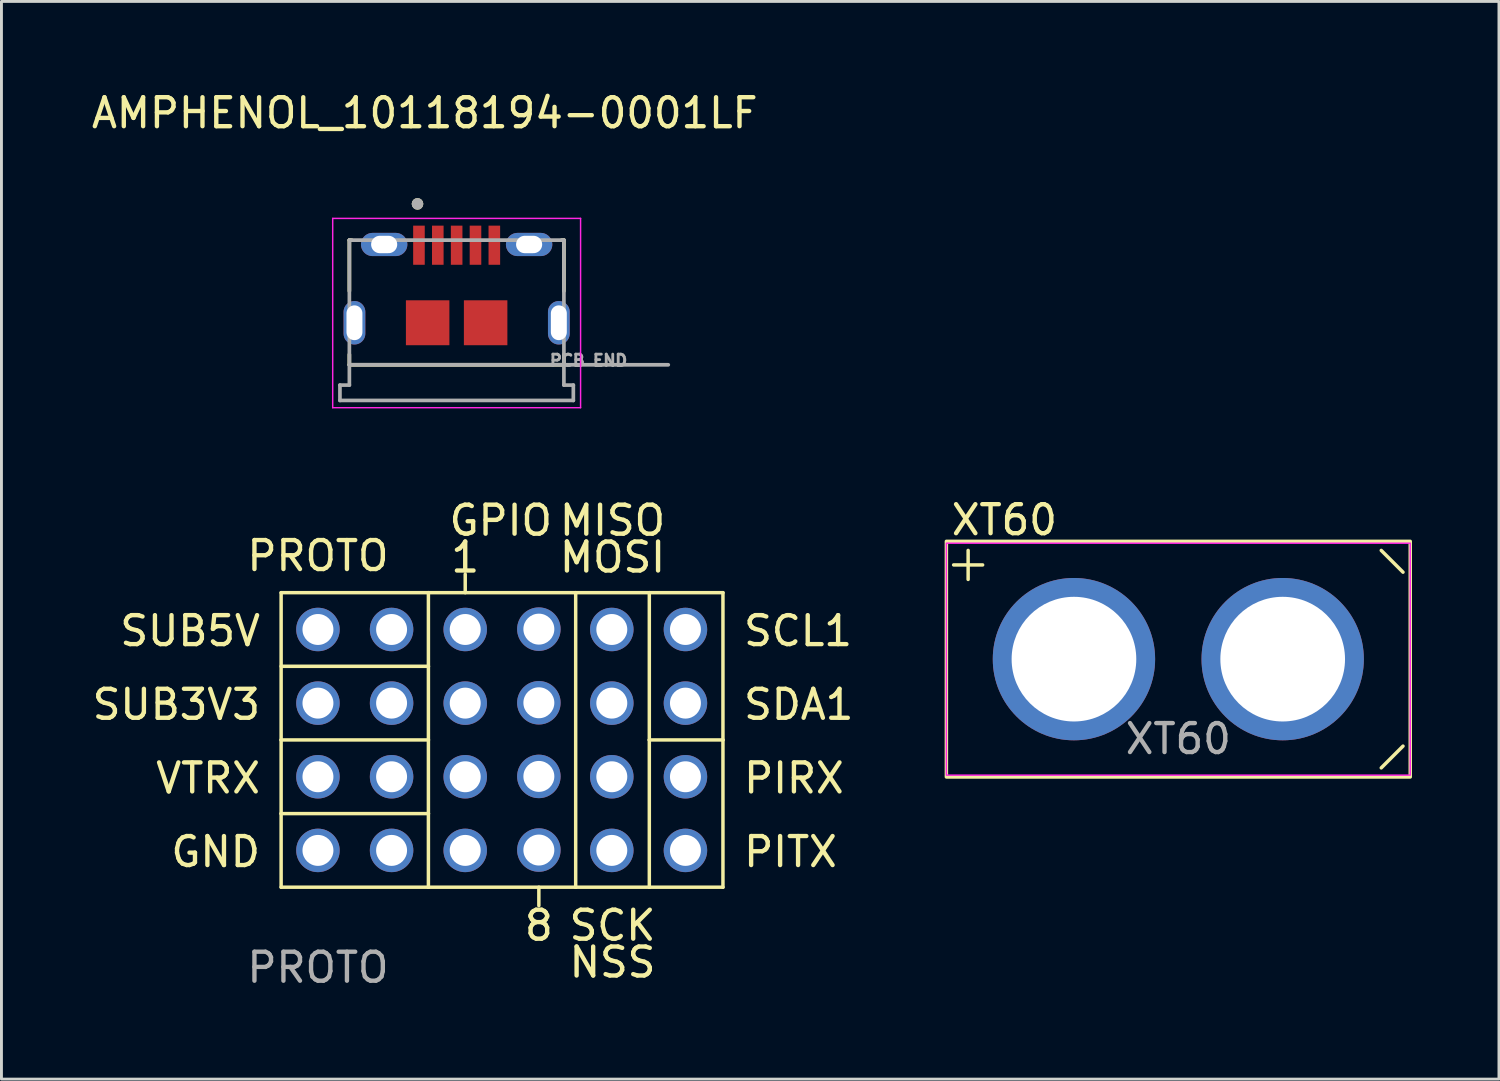
<source format=kicad_pcb>
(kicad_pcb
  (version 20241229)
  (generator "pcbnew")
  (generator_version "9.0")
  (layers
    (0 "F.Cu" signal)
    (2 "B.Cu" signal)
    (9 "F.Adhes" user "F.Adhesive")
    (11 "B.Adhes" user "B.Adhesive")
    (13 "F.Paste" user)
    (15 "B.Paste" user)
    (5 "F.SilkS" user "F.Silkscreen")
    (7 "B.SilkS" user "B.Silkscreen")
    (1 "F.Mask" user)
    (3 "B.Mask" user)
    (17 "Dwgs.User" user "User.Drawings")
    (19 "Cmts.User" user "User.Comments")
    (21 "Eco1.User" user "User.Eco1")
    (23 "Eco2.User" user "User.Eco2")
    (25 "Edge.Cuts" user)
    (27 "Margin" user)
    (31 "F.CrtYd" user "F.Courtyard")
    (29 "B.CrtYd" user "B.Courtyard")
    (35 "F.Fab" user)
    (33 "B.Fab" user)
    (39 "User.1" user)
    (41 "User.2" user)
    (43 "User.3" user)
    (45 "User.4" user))
  (footprint "XT60"
    (layer "F.Cu")
    (at 37.594 19.686)
    (property "Reference" "XT60" (at -6 -4.8 0) (unlocked yes) (layer "F.SilkS") (effects (font (size 1 1) (thickness 0.15))))
    (attr through_hole)
    (fp_line (start -7.75 -3.25) (end -6.75 -3.25) (stroke (width 0.12) (type default)) (layer "F.SilkS"))
    (fp_line (start -7.25 -3.75) (end -7.25 -2.75) (stroke (width 0.12) (type default)) (layer "F.SilkS"))
    (fp_line (start 7 -3.75) (end 7.75 -3) (stroke (width 0.12) (type default)) (layer "F.SilkS"))
    (fp_line (start 7.75 3) (end 7 3.75) (stroke (width 0.12) (type default)) (layer "F.SilkS"))
    (fp_rect (start -8 -4.064) (end 8 4.064) (stroke (width 0.12) (type default)) (fill no) (layer "F.SilkS"))
    (fp_rect (start -8 -4) (end 8 4) (stroke (width 0.05) (type default)) (fill no) (layer "F.CrtYd"))
    (fp_text user "${REFERENCE}" (at 0 2.75 0) (unlocked yes) (layer "F.Fab") (effects (font (size 1 1) (thickness 0.15))))
    (pad "1" thru_hole circle (at -3.6 0) (size 5.6 5.6) (drill 4.3) (layers "*.Cu" "*.Mask"))
    (pad "2" thru_hole circle (at 3.6 0) (size 5.6 5.6) (drill 4.3) (layers "*.Cu" "*.Mask")))
  (footprint "AMPHENOL_10118194-0001LF"
    (layer "F.Cu")
    (at 12.701 8.083)
    (property "Reference" "AMPHENOL_10118194-0001LF" (at -1.1 -7.235 0) (layer "F.SilkS") (effects (font (size 1 1) (thickness 0.15))))
    (attr smd)
    (fp_line (start -3.7 -2.85) (end -3.7 -1.095) (stroke (width 0.127) (type solid)) (layer "F.SilkS"))
    (fp_line (start -3.7 -2.85) (end -3.62 -2.85) (stroke (width 0.127) (type solid)) (layer "F.SilkS"))
    (fp_line (start -3.7 1.45) (end -3.7 1.095) (stroke (width 0.127) (type solid)) (layer "F.SilkS"))
    (fp_line (start -3.7 1.45) (end 3.7 1.45) (stroke (width 0.127) (type solid)) (layer "F.SilkS"))
    (fp_line (start 3.62 -2.85) (end 3.7 -2.85) (stroke (width 0.127) (type solid)) (layer "F.SilkS"))
    (fp_line (start 3.7 -1.095) (end 3.7 -2.85) (stroke (width 0.127) (type solid)) (layer "F.SilkS"))
    (fp_line (start 3.7 1.45) (end 3.7 1.095) (stroke (width 0.127) (type solid)) (layer "F.SilkS"))
    (fp_circle (center -1.35 -4.1) (end -1.25 -4.1) (stroke (width 0.2) (type solid)) (fill no) (layer "F.SilkS"))
    (fp_line (start -4.275 -3.6) (end -4.275 2.93) (stroke (width 0.05) (type solid)) (layer "F.CrtYd"))
    (fp_line (start -4.275 2.93) (end 4.275 2.93) (stroke (width 0.05) (type solid)) (layer "F.CrtYd"))
    (fp_line (start 4.275 -3.6) (end -4.275 -3.6) (stroke (width 0.05) (type solid)) (layer "F.CrtYd"))
    (fp_line (start 4.275 2.93) (end 4.275 -3.6) (stroke (width 0.05) (type solid)) (layer "F.CrtYd"))
    (fp_line (start -4.025 2.15) (end -4.025 2.68) (stroke (width 0.127) (type solid)) (layer "F.Fab"))
    (fp_line (start -4.025 2.68) (end 4.025 2.68) (stroke (width 0.127) (type solid)) (layer "F.Fab"))
    (fp_line (start -3.7 -2.85) (end -3.7 1.45) (stroke (width 0.127) (type solid)) (layer "F.Fab"))
    (fp_line (start -3.7 -2.85) (end 3.7 -2.85) (stroke (width 0.127) (type solid)) (layer "F.Fab"))
    (fp_line (start -3.7 1.45) (end -3.7 2.15) (stroke (width 0.127) (type solid)) (layer "F.Fab"))
    (fp_line (start -3.7 1.45) (end 3.7 1.45) (stroke (width 0.127) (type solid)) (layer "F.Fab"))
    (fp_line (start -3.7 2.15) (end -4.025 2.15) (stroke (width 0.127) (type solid)) (layer "F.Fab"))
    (fp_line (start 3.7 1.45) (end 3.7 -2.85) (stroke (width 0.127) (type solid)) (layer "F.Fab"))
    (fp_line (start 3.7 1.45) (end 7.3 1.45) (stroke (width 0.127) (type solid)) (layer "F.Fab"))
    (fp_line (start 3.7 2.15) (end 3.7 1.45) (stroke (width 0.127) (type solid)) (layer "F.Fab"))
    (fp_line (start 4.025 2.15) (end 3.7 2.15) (stroke (width 0.127) (type solid)) (layer "F.Fab"))
    (fp_line (start 4.025 2.68) (end 4.025 2.15) (stroke (width 0.127) (type solid)) (layer "F.Fab"))
    (fp_circle (center -1.35 -4.1) (end -1.25 -4.1) (stroke (width 0.2) (type solid)) (fill no) (layer "F.Fab"))
    (fp_text user "PCB END" (at 4.55 1.3 0) (layer "F.Fab") (effects (font (size 0.394 0.394) (thickness 0.15))))
    (pad "1" smd rect (at -1.3 -2.675) (size 0.4 1.35) (layers "F.Cu" "F.Mask" "F.Paste"))
    (pad "2" smd rect (at -0.65 -2.675) (size 0.4 1.35) (layers "F.Cu" "F.Mask" "F.Paste"))
    (pad "3" smd rect (at 0 -2.675) (size 0.4 1.35) (layers "F.Cu" "F.Mask" "F.Paste"))
    (pad "4" smd rect (at 0.65 -2.675) (size 0.4 1.35) (layers "F.Cu" "F.Mask" "F.Paste"))
    (pad "5" smd rect (at 1.3 -2.675) (size 0.4 1.35) (layers "F.Cu" "F.Mask" "F.Paste"))
    (pad "S1" thru_hole oval (at -2.5 -2.7) (size 1.6 0.8) (drill oval 0.9 0.6) (layers "*.Cu" "*.Mask"))
    (pad "S2" thru_hole oval (at 2.5 -2.7) (size 1.6 0.8) (drill oval 0.9 0.6) (layers "*.Cu" "*.Mask"))
    (pad "S3" thru_hole oval (at -3.525 0) (size 0.75 1.5) (drill oval 0.55 1.2) (layers "*.Cu" "*.Mask"))
    (pad "S4" smd rect (at -1 0) (size 1.5 1.55) (layers "F.Cu" "F.Mask" "F.Paste"))
    (pad "S5" smd rect (at 1 0) (size 1.5 1.55) (layers "F.Cu" "F.Mask" "F.Paste"))
    (pad "S6" thru_hole oval (at 3.525 0) (size 0.75 1.5) (drill oval 0.55 1.2) (layers "*.Cu" "*.Mask")))
  (footprint "PROTO"
    (layer "F.Cu")
    (at 12.997 23.743)
    (property "Reference" "PROTO" (at -5.08 -7.62 0) (unlocked yes) (layer "F.SilkS") (effects (font (size 1 1) (thickness 0.15))))
    (attr through_hole)
    (fp_line (start -6.35 -6.35) (end -6.35 -1.27) (stroke (width 0.12) (type default)) (layer "F.SilkS"))
    (fp_line (start -6.35 -3.81) (end -1.27 -3.81) (stroke (width 0.12) (type default)) (layer "F.SilkS"))
    (fp_line (start -6.35 -1.27) (end -6.35 1.27) (stroke (width 0.12) (type default)) (layer "F.SilkS"))
    (fp_line (start -6.35 -1.27) (end -1.27 -1.27) (stroke (width 0.12) (type default)) (layer "F.SilkS"))
    (fp_line (start -6.35 1.27) (end -6.35 3.81) (stroke (width 0.12) (type default)) (layer "F.SilkS"))
    (fp_line (start -6.35 1.27) (end -1.27 1.27) (stroke (width 0.12) (type default)) (layer "F.SilkS"))
    (fp_line (start -6.35 3.81) (end -1.27 3.81) (stroke (width 0.12) (type default)) (layer "F.SilkS"))
    (fp_line (start -1.27 -6.35) (end -6.35 -6.35) (stroke (width 0.12) (type default)) (layer "F.SilkS"))
    (fp_line (start -1.27 -6.35) (end 3.81 -6.35) (stroke (width 0.12) (type default)) (layer "F.SilkS"))
    (fp_line (start -1.27 -3.81) (end -1.27 -6.35) (stroke (width 0.12) (type default)) (layer "F.SilkS"))
    (fp_line (start -1.27 -1.27) (end -1.27 -3.81) (stroke (width 0.12) (type default)) (layer "F.SilkS"))
    (fp_line (start -1.27 1.27) (end -1.27 -1.27) (stroke (width 0.12) (type default)) (layer "F.SilkS"))
    (fp_line (start -1.27 3.81) (end -1.27 1.27) (stroke (width 0.12) (type default)) (layer "F.SilkS"))
    (fp_line (start -1.27 3.81) (end 3.81 3.81) (stroke (width 0.12) (type default)) (layer "F.SilkS"))
    (fp_line (start 0 -6.985) (end 0 -6.35) (stroke (width 0.12) (type default)) (layer "F.SilkS"))
    (fp_line (start 2.54 4.445) (end 2.54 3.81) (stroke (width 0.12) (type default)) (layer "F.SilkS"))
    (fp_line (start 3.81 -6.35) (end 3.81 3.81) (stroke (width 0.12) (type default)) (layer "F.SilkS"))
    (fp_line (start 3.81 -6.35) (end 6.35 -6.35) (stroke (width 0.12) (type default)) (layer "F.SilkS"))
    (fp_line (start 3.81 3.81) (end 6.35 3.81) (stroke (width 0.12) (type default)) (layer "F.SilkS"))
    (fp_line (start 6.35 -6.35) (end 6.35 -1.27) (stroke (width 0.12) (type default)) (layer "F.SilkS"))
    (fp_line (start 6.35 -1.27) (end 6.35 3.81) (stroke (width 0.12) (type default)) (layer "F.SilkS"))
    (fp_line (start 6.35 -1.27) (end 8.89 -1.27) (stroke (width 0.12) (type default)) (layer "F.SilkS"))
    (fp_line (start 6.35 3.81) (end 8.89 3.81) (stroke (width 0.12) (type default)) (layer "F.SilkS"))
    (fp_line (start 8.89 -6.35) (end 6.35 -6.35) (stroke (width 0.12) (type default)) (layer "F.SilkS"))
    (fp_line (start 8.89 -1.27) (end 8.89 -6.35) (stroke (width 0.12) (type default)) (layer "F.SilkS"))
    (fp_line (start 8.89 3.81) (end 8.89 -1.27) (stroke (width 0.12) (type default)) (layer "F.SilkS"))
    (fp_text user "SUB3V3" (at -6.985 -1.905 0) (unlocked yes) (layer "F.SilkS") (effects (font (size 1 1) (thickness 0.15)) (justify right bottom)))
    (fp_text user "GPIO" (at -0.635 -8.255 0) (unlocked yes) (layer "F.SilkS") (effects (font (size 1 1) (thickness 0.15)) (justify left bottom)))
    (fp_text user "PITX" (at 9.525 3.175 0) (unlocked yes) (layer "F.SilkS") (effects (font (size 1 1) (thickness 0.15)) (justify left bottom)))
    (fp_text user "NSS" (at 5.08 6.985 0) (unlocked yes) (layer "F.SilkS") (effects (font (size 1 1) (thickness 0.15)) (justify bottom)))
    (fp_text user "MOSI" (at 5.08 -6.985 0) (unlocked yes) (layer "F.SilkS") (effects (font (size 1 1) (thickness 0.15)) (justify bottom)))
    (fp_text user "PIRX" (at 9.525 0.635 0) (unlocked yes) (layer "F.SilkS") (effects (font (size 1 1) (thickness 0.15)) (justify left bottom)))
    (fp_text user "SCK" (at 5.08 5.715 0) (unlocked yes) (layer "F.SilkS") (effects (font (size 1 1) (thickness 0.15)) (justify bottom)))
    (fp_text user "SCL1" (at 9.525 -4.445 0) (unlocked yes) (layer "F.SilkS") (effects (font (size 1 1) (thickness 0.15)) (justify left bottom)))
    (fp_text user "8" (at 2.54 5.715 0) (unlocked yes) (layer "F.SilkS") (effects (font (size 1 1) (thickness 0.15)) (justify bottom)))
    (fp_text user "SUB5V" (at -6.985 -4.445 0) (unlocked yes) (layer "F.SilkS") (effects (font (size 1 1) (thickness 0.15)) (justify right bottom)))
    (fp_text user "VTRX" (at -6.985 0.635 0) (unlocked yes) (layer "F.SilkS") (effects (font (size 1 1) (thickness 0.15)) (justify right bottom)))
    (fp_text user "GND" (at -6.985 3.175 0) (unlocked yes) (layer "F.SilkS") (effects (font (size 1 1) (thickness 0.15)) (justify right bottom)))
    (fp_text user "MISO" (at 5.08 -8.255 0) (unlocked yes) (layer "F.SilkS") (effects (font (size 1 1) (thickness 0.15)) (justify bottom)))
    (fp_text user "1" (at 0 -6.985 0) (unlocked yes) (layer "F.SilkS") (effects (font (size 1 1) (thickness 0.15)) (justify bottom)))
    (fp_text user "SDA1" (at 9.525 -1.905 0) (unlocked yes) (layer "F.SilkS") (effects (font (size 1 1) (thickness 0.15)) (justify left bottom)))
    (fp_text user "${REFERENCE}" (at -5.08 6.58 0) (unlocked yes) (layer "F.Fab") (effects (font (size 1 1) (thickness 0.15))))
    (pad "1" thru_hole circle (at -5.08 -5.08) (size 1.5 1.5) (drill 1.067) (layers "*.Cu" "*.Mask") (remove_unused_layers yes) (keep_end_layers yes) (zone_layer_connections))
    (pad "1" thru_hole circle (at -2.54 -5.08) (size 1.5 1.5) (drill 1.067) (layers "*.Cu" "*.Mask") (remove_unused_layers yes) (keep_end_layers yes) (zone_layer_connections))
    (pad "2" thru_hole circle (at -5.08 -2.54) (size 1.5 1.5) (drill 1.067) (layers "*.Cu" "*.Mask") (remove_unused_layers yes) (keep_end_layers yes) (zone_layer_connections))
    (pad "2" thru_hole circle (at -2.54 -2.54) (size 1.5 1.5) (drill 1.067) (layers "*.Cu" "*.Mask") (remove_unused_layers yes) (keep_end_layers yes) (zone_layer_connections))
    (pad "3" thru_hole circle (at -5.08 0) (size 1.5 1.5) (drill 1.067) (layers "*.Cu" "*.Mask") (remove_unused_layers yes) (keep_end_layers yes) (zone_layer_connections))
    (pad "3" thru_hole circle (at -2.54 0) (size 1.5 1.5) (drill 1.067) (layers "*.Cu" "*.Mask") (remove_unused_layers yes) (keep_end_layers yes) (zone_layer_connections))
    (pad "4" thru_hole circle (at -5.08 2.54) (size 1.5 1.5) (drill 1.067) (layers "*.Cu" "*.Mask") (remove_unused_layers yes) (keep_end_layers yes) (zone_layer_connections))
    (pad "4" thru_hole circle (at -2.54 2.54) (size 1.5 1.5) (drill 1.067) (layers "*.Cu" "*.Mask") (remove_unused_layers yes) (keep_end_layers yes) (zone_layer_connections))
    (pad "5" thru_hole circle (at 0 -5.08) (size 1.5 1.5) (drill 1.067) (layers "*.Cu" "*.Mask") (remove_unused_layers yes) (keep_end_layers yes) (zone_layer_connections))
    (pad "6" thru_hole circle (at 0 -2.54) (size 1.5 1.5) (drill 1.067) (layers "*.Cu" "*.Mask") (remove_unused_layers yes) (keep_end_layers yes) (zone_layer_connections))
    (pad "7" thru_hole circle (at 0 0) (size 1.5 1.5) (drill 1.067) (layers "*.Cu" "*.Mask") (remove_unused_layers yes) (keep_end_layers yes) (zone_layer_connections))
    (pad "8" thru_hole circle (at 0 2.54) (size 1.5 1.5) (drill 1.067) (layers "*.Cu" "*.Mask") (remove_unused_layers yes) (keep_end_layers yes) (zone_layer_connections))
    (pad "9" thru_hole circle (at 2.54 -5.092) (size 1.5 1.5) (drill 1.067) (layers "*.Cu" "*.Mask") (remove_unused_layers yes) (keep_end_layers yes) (zone_layer_connections))
    (pad "10" thru_hole circle (at 2.54 -2.552) (size 1.5 1.5) (drill 1.067) (layers "*.Cu" "*.Mask") (remove_unused_layers yes) (keep_end_layers yes) (zone_layer_connections))
    (pad "11" thru_hole circle (at 2.54 -0.012) (size 1.5 1.5) (drill 1.067) (layers "*.Cu" "*.Mask") (remove_unused_layers yes) (keep_end_layers yes) (zone_layer_connections))
    (pad "12" thru_hole circle (at 2.54 2.528) (size 1.5 1.5) (drill 1.067) (layers "*.Cu" "*.Mask") (remove_unused_layers yes) (keep_end_layers yes) (zone_layer_connections))
    (pad "13" thru_hole circle (at 5.056 -5.08) (size 1.5 1.5) (drill 1.067) (layers "*.Cu" "*.Mask") (remove_unused_layers yes) (keep_end_layers yes) (zone_layer_connections))
    (pad "14" thru_hole circle (at 5.056 -2.54) (size 1.5 1.5) (drill 1.067) (layers "*.Cu" "*.Mask") (remove_unused_layers yes) (keep_end_layers yes) (zone_layer_connections))
    (pad "15" thru_hole circle (at 5.056 0) (size 1.5 1.5) (drill 1.067) (layers "*.Cu" "*.Mask") (remove_unused_layers yes) (keep_end_layers yes) (zone_layer_connections))
    (pad "16" thru_hole circle (at 5.056 2.54) (size 1.5 1.5) (drill 1.067) (layers "*.Cu" "*.Mask") (remove_unused_layers yes) (keep_end_layers yes) (zone_layer_connections))
    (pad "17" thru_hole circle (at 7.596 -5.08) (size 1.5 1.5) (drill 1.067) (layers "*.Cu" "*.Mask") (remove_unused_layers yes) (keep_end_layers yes) (zone_layer_connections))
    (pad "18" thru_hole circle (at 7.596 -2.54) (size 1.5 1.5) (drill 1.067) (layers "*.Cu" "*.Mask") (remove_unused_layers yes) (keep_end_layers yes) (zone_layer_connections))
    (pad "19" thru_hole circle (at 7.596 0) (size 1.5 1.5) (drill 1.067) (layers "*.Cu" "*.Mask") (remove_unused_layers yes) (keep_end_layers yes) (zone_layer_connections))
    (pad "20" thru_hole circle (at 7.596 2.54) (size 1.5 1.5) (drill 1.067) (layers "*.Cu" "*.Mask") (remove_unused_layers yes) (keep_end_layers yes) (zone_layer_connections)))
  (gr_rect
    (start -3 -3)
    (end 48.654 34.172)
    (stroke (width 0.1) (type default))
    (fill no)
    (layer "Edge.Cuts")))
</source>
